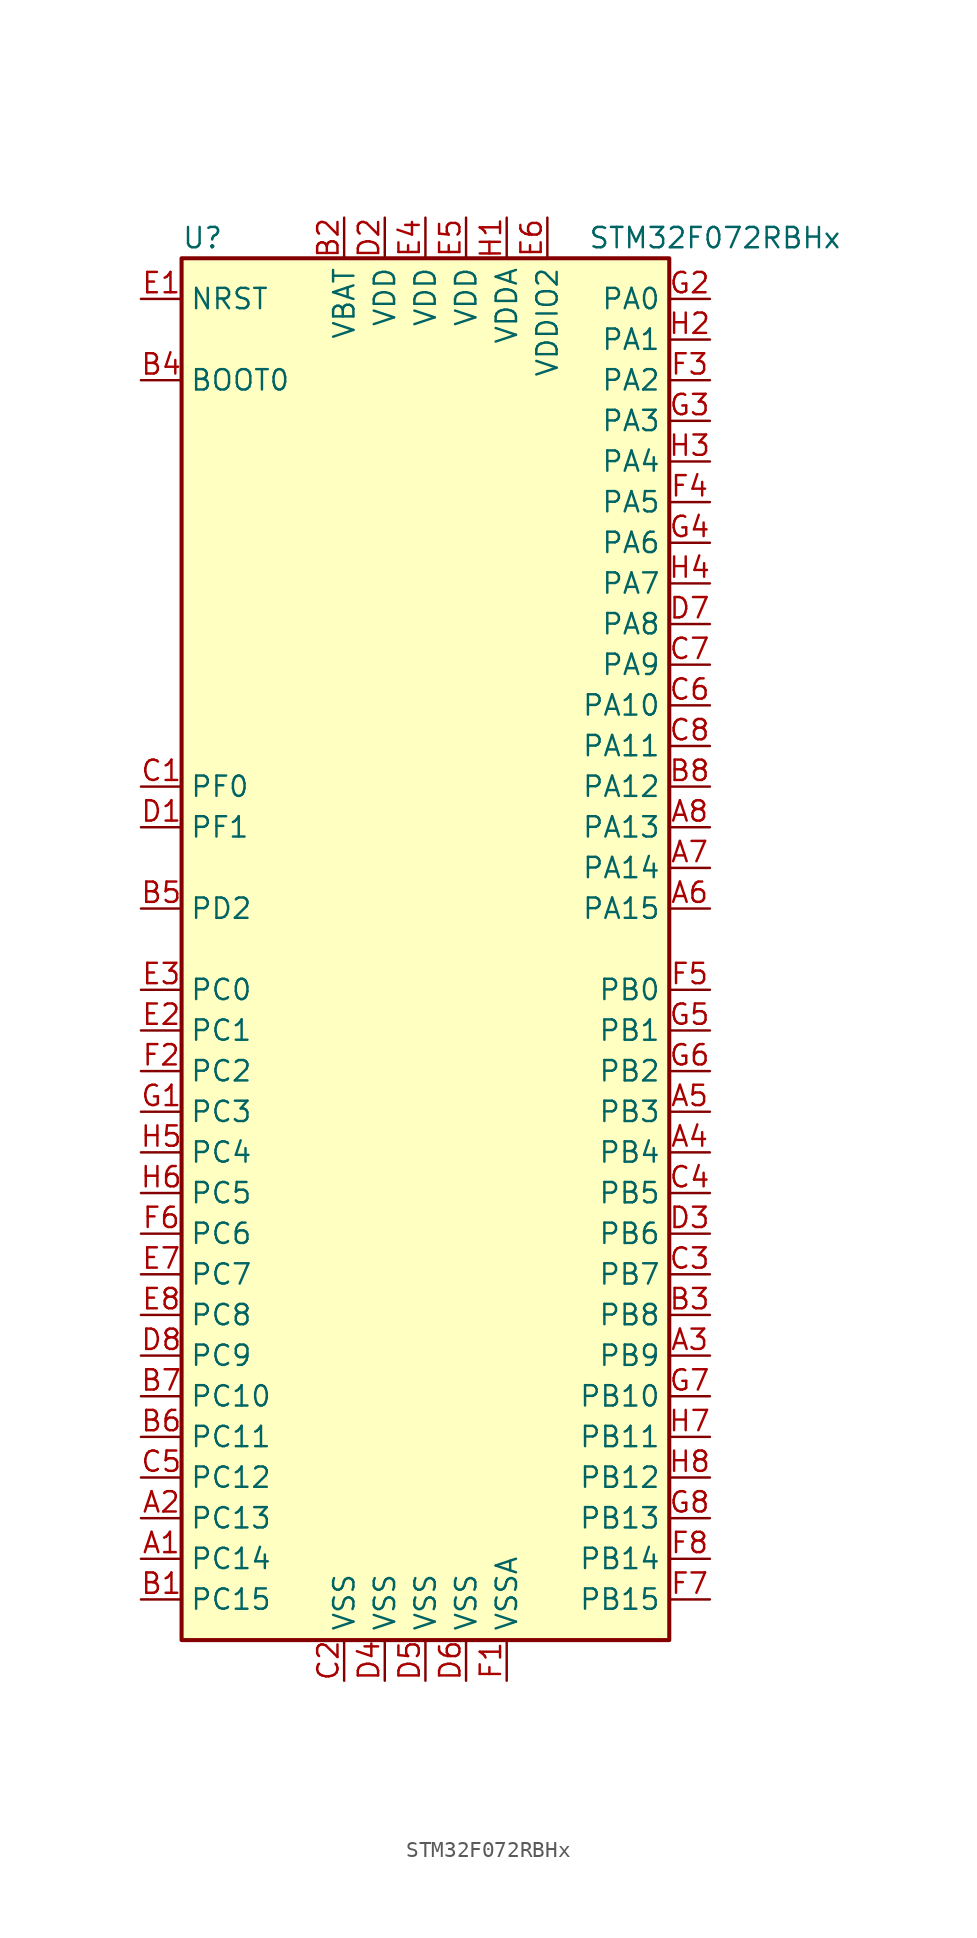
<source format=kicad_sym>
(kicad_symbol_lib
  (version 20211014)
  (generator kicad_symbol_editor)
  (symbol "STM32F072RBHx"
    (property "Reference" "U"
      (at -15.24 44.45 0)
      (effects (font (size 1.27 1.27)) (justify left)))
    (property "Value" "STM32F072RBHx"
      (at 10.16 44.45 0)
      (effects (font (size 1.27 1.27)) (justify left)))
    (symbol "STM32F072RBHx_0_1"
      (rectangle (start -15.24 -43.18) (end 15.24 43.18) (stroke (width 0.254) (type default) (color 0 0 0 0)) (fill (type background))))
    (symbol "STM32F072RBHx_1_1"
      (pin bidirectional line (at -17.78 -38.1 0) (length 2.54) (name "PC14" (effects (font (size 1.27 1.27)))) (number "A1" (effects (font (size 1.27 1.27)))))
      (pin bidirectional line (at -17.78 -35.56 0) (length 2.54) (name "PC13" (effects (font (size 1.27 1.27)))) (number "A2" (effects (font (size 1.27 1.27)))))
      (pin bidirectional line (at 17.78 -25.4 180) (length 2.54) (name "PB9" (effects (font (size 1.27 1.27)))) (number "A3" (effects (font (size 1.27 1.27)))))
      (pin bidirectional line (at 17.78 -12.7 180) (length 2.54) (name "PB4" (effects (font (size 1.27 1.27)))) (number "A4" (effects (font (size 1.27 1.27)))))
      (pin bidirectional line (at 17.78 -10.16 180) (length 2.54) (name "PB3" (effects (font (size 1.27 1.27)))) (number "A5" (effects (font (size 1.27 1.27)))))
      (pin bidirectional line (at 17.78 2.54 180) (length 2.54) (name "PA15" (effects (font (size 1.27 1.27)))) (number "A6" (effects (font (size 1.27 1.27)))))
      (pin bidirectional line (at 17.78 5.08 180) (length 2.54) (name "PA14" (effects (font (size 1.27 1.27)))) (number "A7" (effects (font (size 1.27 1.27)))))
      (pin bidirectional line (at 17.78 7.62 180) (length 2.54) (name "PA13" (effects (font (size 1.27 1.27)))) (number "A8" (effects (font (size 1.27 1.27)))))
      (pin bidirectional line (at -17.78 -40.64 0) (length 2.54) (name "PC15" (effects (font (size 1.27 1.27)))) (number "B1" (effects (font (size 1.27 1.27)))))
      (pin power_in line (at -5.08 45.72 270) (length 2.54) (name "VBAT" (effects (font (size 1.27 1.27)))) (number "B2" (effects (font (size 1.27 1.27)))))
      (pin bidirectional line (at 17.78 -22.86 180) (length 2.54) (name "PB8" (effects (font (size 1.27 1.27)))) (number "B3" (effects (font (size 1.27 1.27)))))
      (pin input line (at -17.78 35.56 0) (length 2.54) (name "BOOT0" (effects (font (size 1.27 1.27)))) (number "B4" (effects (font (size 1.27 1.27)))))
      (pin bidirectional line (at -17.78 2.54 0) (length 2.54) (name "PD2" (effects (font (size 1.27 1.27)))) (number "B5" (effects (font (size 1.27 1.27)))))
      (pin bidirectional line (at -17.78 -30.48 0) (length 2.54) (name "PC11" (effects (font (size 1.27 1.27)))) (number "B6" (effects (font (size 1.27 1.27)))))
      (pin bidirectional line (at -17.78 -27.94 0) (length 2.54) (name "PC10" (effects (font (size 1.27 1.27)))) (number "B7" (effects (font (size 1.27 1.27)))))
      (pin bidirectional line (at 17.78 10.16 180) (length 2.54) (name "PA12" (effects (font (size 1.27 1.27)))) (number "B8" (effects (font (size 1.27 1.27)))))
      (pin input line (at -17.78 10.16 0) (length 2.54) (name "PF0" (effects (font (size 1.27 1.27)))) (number "C1" (effects (font (size 1.27 1.27)))))
      (pin power_in line (at -5.08 -45.72 90) (length 2.54) (name "VSS" (effects (font (size 1.27 1.27)))) (number "C2" (effects (font (size 1.27 1.27)))))
      (pin bidirectional line (at 17.78 -20.32 180) (length 2.54) (name "PB7" (effects (font (size 1.27 1.27)))) (number "C3" (effects (font (size 1.27 1.27)))))
      (pin bidirectional line (at 17.78 -15.24 180) (length 2.54) (name "PB5" (effects (font (size 1.27 1.27)))) (number "C4" (effects (font (size 1.27 1.27)))))
      (pin bidirectional line (at -17.78 -33.02 0) (length 2.54) (name "PC12" (effects (font (size 1.27 1.27)))) (number "C5" (effects (font (size 1.27 1.27)))))
      (pin bidirectional line (at 17.78 15.24 180) (length 2.54) (name "PA10" (effects (font (size 1.27 1.27)))) (number "C6" (effects (font (size 1.27 1.27)))))
      (pin bidirectional line (at 17.78 17.78 180) (length 2.54) (name "PA9" (effects (font (size 1.27 1.27)))) (number "C7" (effects (font (size 1.27 1.27)))))
      (pin bidirectional line (at 17.78 12.7 180) (length 2.54) (name "PA11" (effects (font (size 1.27 1.27)))) (number "C8" (effects (font (size 1.27 1.27)))))
      (pin input line (at -17.78 7.62 0) (length 2.54) (name "PF1" (effects (font (size 1.27 1.27)))) (number "D1" (effects (font (size 1.27 1.27)))))
      (pin power_in line (at -2.54 45.72 270) (length 2.54) (name "VDD" (effects (font (size 1.27 1.27)))) (number "D2" (effects (font (size 1.27 1.27)))))
      (pin bidirectional line (at 17.78 -17.78 180) (length 2.54) (name "PB6" (effects (font (size 1.27 1.27)))) (number "D3" (effects (font (size 1.27 1.27)))))
      (pin power_in line (at -2.54 -45.72 90) (length 2.54) (name "VSS" (effects (font (size 1.27 1.27)))) (number "D4" (effects (font (size 1.27 1.27)))))
      (pin power_in line (at 0 -45.72 90) (length 2.54) (name "VSS" (effects (font (size 1.27 1.27)))) (number "D5" (effects (font (size 1.27 1.27)))))
      (pin power_in line (at 2.54 -45.72 90) (length 2.54) (name "VSS" (effects (font (size 1.27 1.27)))) (number "D6" (effects (font (size 1.27 1.27)))))
      (pin bidirectional line (at 17.78 20.32 180) (length 2.54) (name "PA8" (effects (font (size 1.27 1.27)))) (number "D7" (effects (font (size 1.27 1.27)))))
      (pin bidirectional line (at -17.78 -25.4 0) (length 2.54) (name "PC9" (effects (font (size 1.27 1.27)))) (number "D8" (effects (font (size 1.27 1.27)))))
      (pin input line (at -17.78 40.64 0) (length 2.54) (name "NRST" (effects (font (size 1.27 1.27)))) (number "E1" (effects (font (size 1.27 1.27)))))
      (pin bidirectional line (at -17.78 -5.08 0) (length 2.54) (name "PC1" (effects (font (size 1.27 1.27)))) (number "E2" (effects (font (size 1.27 1.27)))))
      (pin bidirectional line (at -17.78 -2.54 0) (length 2.54) (name "PC0" (effects (font (size 1.27 1.27)))) (number "E3" (effects (font (size 1.27 1.27)))))
      (pin power_in line (at 0 45.72 270) (length 2.54) (name "VDD" (effects (font (size 1.27 1.27)))) (number "E4" (effects (font (size 1.27 1.27)))))
      (pin power_in line (at 2.54 45.72 270) (length 2.54) (name "VDD" (effects (font (size 1.27 1.27)))) (number "E5" (effects (font (size 1.27 1.27)))))
      (pin power_in line (at 7.62 45.72 270) (length 2.54) (name "VDDIO2" (effects (font (size 1.27 1.27)))) (number "E6" (effects (font (size 1.27 1.27)))))
      (pin bidirectional line (at -17.78 -20.32 0) (length 2.54) (name "PC7" (effects (font (size 1.27 1.27)))) (number "E7" (effects (font (size 1.27 1.27)))))
      (pin bidirectional line (at -17.78 -22.86 0) (length 2.54) (name "PC8" (effects (font (size 1.27 1.27)))) (number "E8" (effects (font (size 1.27 1.27)))))
      (pin power_in line (at 5.08 -45.72 90) (length 2.54) (name "VSSA" (effects (font (size 1.27 1.27)))) (number "F1" (effects (font (size 1.27 1.27)))))
      (pin bidirectional line (at -17.78 -7.62 0) (length 2.54) (name "PC2" (effects (font (size 1.27 1.27)))) (number "F2" (effects (font (size 1.27 1.27)))))
      (pin bidirectional line (at 17.78 35.56 180) (length 2.54) (name "PA2" (effects (font (size 1.27 1.27)))) (number "F3" (effects (font (size 1.27 1.27)))))
      (pin bidirectional line (at 17.78 27.94 180) (length 2.54) (name "PA5" (effects (font (size 1.27 1.27)))) (number "F4" (effects (font (size 1.27 1.27)))))
      (pin bidirectional line (at 17.78 -2.54 180) (length 2.54) (name "PB0" (effects (font (size 1.27 1.27)))) (number "F5" (effects (font (size 1.27 1.27)))))
      (pin bidirectional line (at -17.78 -17.78 0) (length 2.54) (name "PC6" (effects (font (size 1.27 1.27)))) (number "F6" (effects (font (size 1.27 1.27)))))
      (pin bidirectional line (at 17.78 -40.64 180) (length 2.54) (name "PB15" (effects (font (size 1.27 1.27)))) (number "F7" (effects (font (size 1.27 1.27)))))
      (pin bidirectional line (at 17.78 -38.1 180) (length 2.54) (name "PB14" (effects (font (size 1.27 1.27)))) (number "F8" (effects (font (size 1.27 1.27)))))
      (pin bidirectional line (at -17.78 -10.16 0) (length 2.54) (name "PC3" (effects (font (size 1.27 1.27)))) (number "G1" (effects (font (size 1.27 1.27)))))
      (pin bidirectional line (at 17.78 40.64 180) (length 2.54) (name "PA0" (effects (font (size 1.27 1.27)))) (number "G2" (effects (font (size 1.27 1.27)))))
      (pin bidirectional line (at 17.78 33.02 180) (length 2.54) (name "PA3" (effects (font (size 1.27 1.27)))) (number "G3" (effects (font (size 1.27 1.27)))))
      (pin bidirectional line (at 17.78 25.4 180) (length 2.54) (name "PA6" (effects (font (size 1.27 1.27)))) (number "G4" (effects (font (size 1.27 1.27)))))
      (pin bidirectional line (at 17.78 -5.08 180) (length 2.54) (name "PB1" (effects (font (size 1.27 1.27)))) (number "G5" (effects (font (size 1.27 1.27)))))
      (pin bidirectional line (at 17.78 -7.62 180) (length 2.54) (name "PB2" (effects (font (size 1.27 1.27)))) (number "G6" (effects (font (size 1.27 1.27)))))
      (pin bidirectional line (at 17.78 -27.94 180) (length 2.54) (name "PB10" (effects (font (size 1.27 1.27)))) (number "G7" (effects (font (size 1.27 1.27)))))
      (pin bidirectional line (at 17.78 -35.56 180) (length 2.54) (name "PB13" (effects (font (size 1.27 1.27)))) (number "G8" (effects (font (size 1.27 1.27)))))
      (pin power_in line (at 5.08 45.72 270) (length 2.54) (name "VDDA" (effects (font (size 1.27 1.27)))) (number "H1" (effects (font (size 1.27 1.27)))))
      (pin bidirectional line (at 17.78 38.1 180) (length 2.54) (name "PA1" (effects (font (size 1.27 1.27)))) (number "H2" (effects (font (size 1.27 1.27)))))
      (pin bidirectional line (at 17.78 30.48 180) (length 2.54) (name "PA4" (effects (font (size 1.27 1.27)))) (number "H3" (effects (font (size 1.27 1.27)))))
      (pin bidirectional line (at 17.78 22.86 180) (length 2.54) (name "PA7" (effects (font (size 1.27 1.27)))) (number "H4" (effects (font (size 1.27 1.27)))))
      (pin bidirectional line (at -17.78 -12.7 0) (length 2.54) (name "PC4" (effects (font (size 1.27 1.27)))) (number "H5" (effects (font (size 1.27 1.27)))))
      (pin bidirectional line (at -17.78 -15.24 0) (length 2.54) (name "PC5" (effects (font (size 1.27 1.27)))) (number "H6" (effects (font (size 1.27 1.27)))))
      (pin bidirectional line (at 17.78 -30.48 180) (length 2.54) (name "PB11" (effects (font (size 1.27 1.27)))) (number "H7" (effects (font (size 1.27 1.27)))))
      (pin bidirectional line (at 17.78 -33.02 180) (length 2.54) (name "PB12" (effects (font (size 1.27 1.27)))) (number "H8" (effects (font (size 1.27 1.27))))))))
</source>
